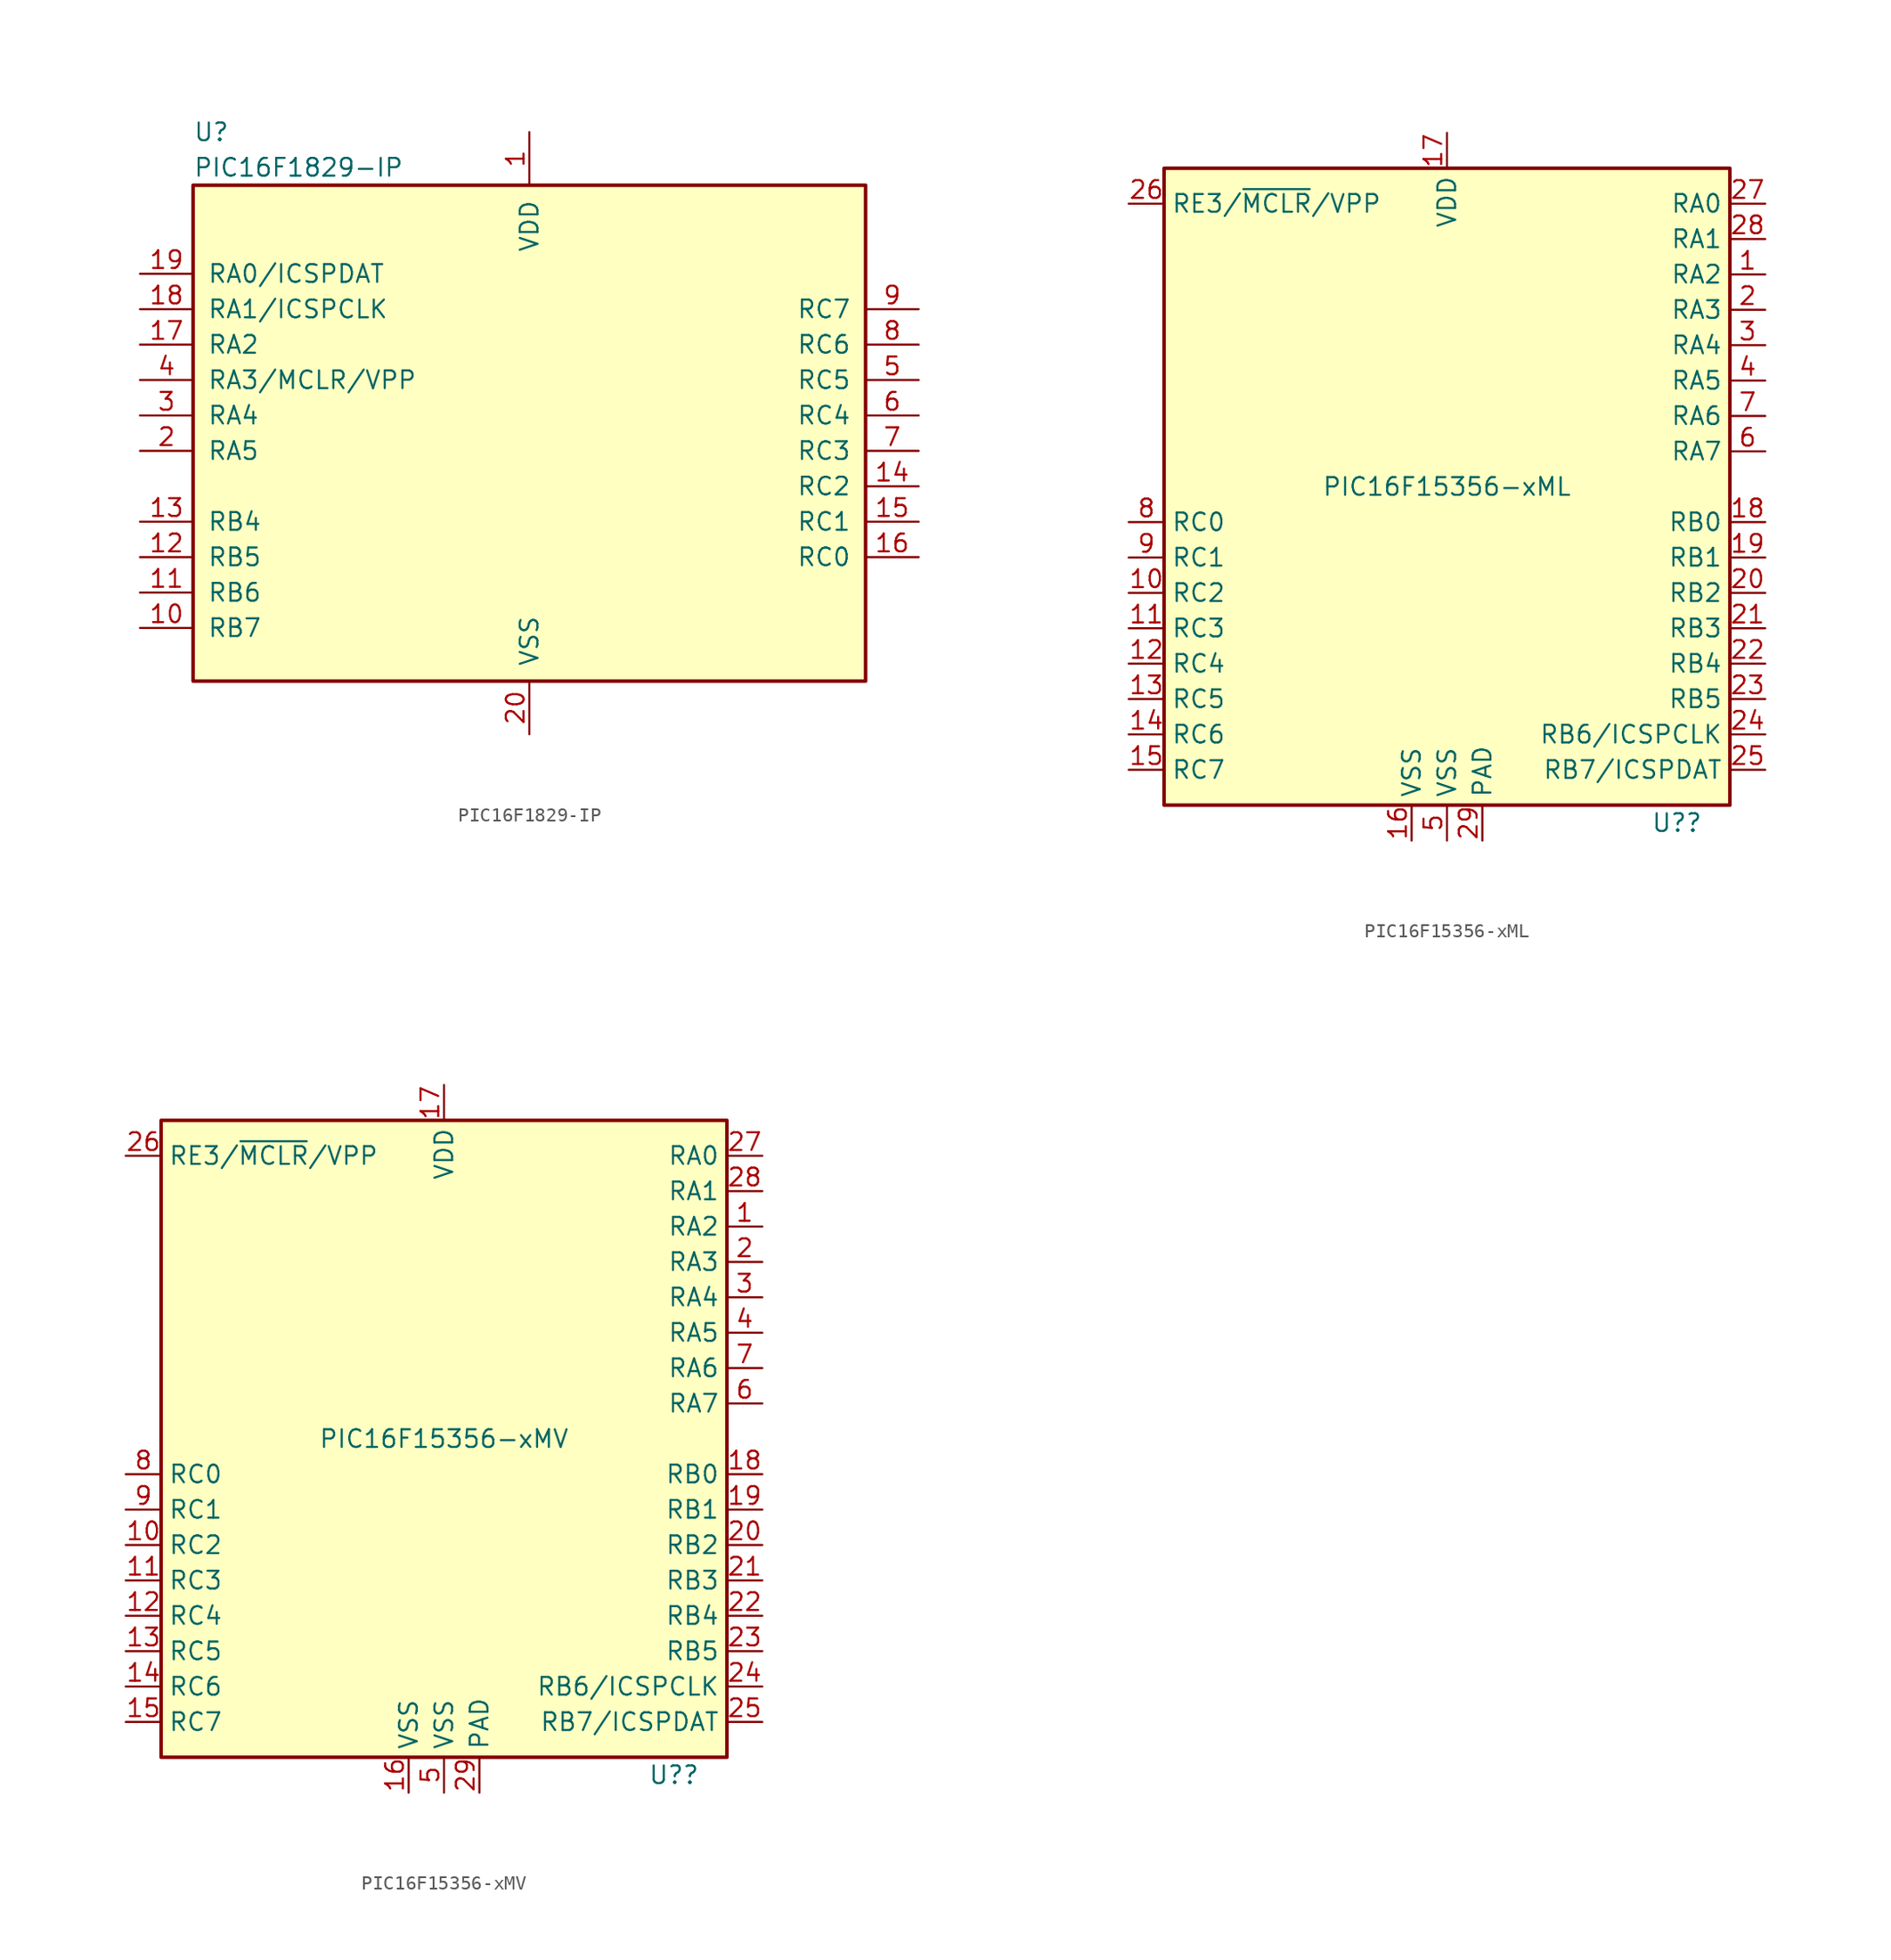
<source format=kicad_sym>
(kicad_symbol_lib
  (version 20200908)
  (generator kicad_symbol_editor)
  (symbol "MCU_Microchip_PIC16:PIC16F1829-IP"
    (pin_names
      (offset 1.016))
    (property "Reference" "U"
      (at -24.13 22.86 0)
      (effects (font (size 1.27 1.27)) (justify left)))
    (property "Value" "PIC16F1829-IP"
      (at -24.13 20.32 0)
      (effects (font (size 1.27 1.27)) (justify left)))
    (symbol "PIC16F1829-IP_0_1"
      (rectangle (start -24.13 19.05) (end 24.13 -16.51) (stroke (width 0.254)) (fill (type background))))
    (symbol "PIC16F1829-IP_1_1"
      (pin power_in line (at 0 22.86 270) (length 3.81) (name "VDD" (effects (font (size 1.27 1.27)))) (number "1" (effects (font (size 1.27 1.27)))))
      (pin bidirectional line (at -27.94 -12.7 0) (length 3.81) (name "RB7" (effects (font (size 1.27 1.27)))) (number "10" (effects (font (size 1.27 1.27)))))
      (pin bidirectional line (at -27.94 -10.16 0) (length 3.81) (name "RB6" (effects (font (size 1.27 1.27)))) (number "11" (effects (font (size 1.27 1.27)))))
      (pin bidirectional line (at -27.94 -7.62 0) (length 3.81) (name "RB5" (effects (font (size 1.27 1.27)))) (number "12" (effects (font (size 1.27 1.27)))))
      (pin bidirectional line (at -27.94 -5.08 0) (length 3.81) (name "RB4" (effects (font (size 1.27 1.27)))) (number "13" (effects (font (size 1.27 1.27)))))
      (pin bidirectional line (at 27.94 -2.54 180) (length 3.81) (name "RC2" (effects (font (size 1.27 1.27)))) (number "14" (effects (font (size 1.27 1.27)))))
      (pin bidirectional line (at 27.94 -5.08 180) (length 3.81) (name "RC1" (effects (font (size 1.27 1.27)))) (number "15" (effects (font (size 1.27 1.27)))))
      (pin bidirectional line (at 27.94 -7.62 180) (length 3.81) (name "RC0" (effects (font (size 1.27 1.27)))) (number "16" (effects (font (size 1.27 1.27)))))
      (pin bidirectional line (at -27.94 7.62 0) (length 3.81) (name "RA2" (effects (font (size 1.27 1.27)))) (number "17" (effects (font (size 1.27 1.27)))))
      (pin bidirectional line (at -27.94 10.16 0) (length 3.81) (name "RA1/ICSPCLK" (effects (font (size 1.27 1.27)))) (number "18" (effects (font (size 1.27 1.27)))))
      (pin bidirectional line (at -27.94 12.7 0) (length 3.81) (name "RA0/ICSPDAT" (effects (font (size 1.27 1.27)))) (number "19" (effects (font (size 1.27 1.27)))))
      (pin bidirectional line (at -27.94 0 0) (length 3.81) (name "RA5" (effects (font (size 1.27 1.27)))) (number "2" (effects (font (size 1.27 1.27)))))
      (pin power_in line (at 0 -20.32 90) (length 3.81) (name "VSS" (effects (font (size 1.27 1.27)))) (number "20" (effects (font (size 1.27 1.27)))))
      (pin bidirectional line (at -27.94 2.54 0) (length 3.81) (name "RA4" (effects (font (size 1.27 1.27)))) (number "3" (effects (font (size 1.27 1.27)))))
      (pin bidirectional line (at -27.94 5.08 0) (length 3.81) (name "RA3/MCLR/VPP" (effects (font (size 1.27 1.27)))) (number "4" (effects (font (size 1.27 1.27)))))
      (pin bidirectional line (at 27.94 5.08 180) (length 3.81) (name "RC5" (effects (font (size 1.27 1.27)))) (number "5" (effects (font (size 1.27 1.27)))))
      (pin bidirectional line (at 27.94 2.54 180) (length 3.81) (name "RC4" (effects (font (size 1.27 1.27)))) (number "6" (effects (font (size 1.27 1.27)))))
      (pin bidirectional line (at 27.94 0 180) (length 3.81) (name "RC3" (effects (font (size 1.27 1.27)))) (number "7" (effects (font (size 1.27 1.27)))))
      (pin bidirectional line (at 27.94 7.62 180) (length 3.81) (name "RC6" (effects (font (size 1.27 1.27)))) (number "8" (effects (font (size 1.27 1.27)))))
      (pin bidirectional line (at 27.94 10.16 180) (length 3.81) (name "RC7" (effects (font (size 1.27 1.27)))) (number "9" (effects (font (size 1.27 1.27)))))))
  (symbol "MCU_Microchip_PIC16:PIC16F15356-xML"
    (property "Reference" "U?"
      (at 16.51 -24.13 0)
      (effects (font (size 1.27 1.27))))
    (property "Value" "PIC16F15356-xML"
      (at 0 0 0)
      (effects (font (size 1.27 1.27))))
    (symbol "PIC16F15356-xML_0_1"
      (rectangle (start -20.32 -22.86) (end 20.32 22.86) (stroke (width 0.254)) (fill (type background))))
    (symbol "PIC16F15356-xML_0_0"
      (pin power_in line (at 2.54 -25.4 90) (length 2.54) (name "PAD" (effects (font (size 1.27 1.27)))) (number "29" (effects (font (size 1.27 1.27))))))
    (symbol "PIC16F15356-xML_1_1"
      (pin bidirectional line (at 22.86 15.24 180) (length 2.54) (name "RA2" (effects (font (size 1.27 1.27)))) (number "1" (effects (font (size 1.27 1.27)))))
      (pin bidirectional line (at -22.86 -7.62 0) (length 2.54) (name "RC2" (effects (font (size 1.27 1.27)))) (number "10" (effects (font (size 1.27 1.27)))))
      (pin bidirectional line (at -22.86 -10.16 0) (length 2.54) (name "RC3" (effects (font (size 1.27 1.27)))) (number "11" (effects (font (size 1.27 1.27)))))
      (pin bidirectional line (at -22.86 -12.7 0) (length 2.54) (name "RC4" (effects (font (size 1.27 1.27)))) (number "12" (effects (font (size 1.27 1.27)))))
      (pin bidirectional line (at -22.86 -15.24 0) (length 2.54) (name "RC5" (effects (font (size 1.27 1.27)))) (number "13" (effects (font (size 1.27 1.27)))))
      (pin bidirectional line (at -22.86 -17.78 0) (length 2.54) (name "RC6" (effects (font (size 1.27 1.27)))) (number "14" (effects (font (size 1.27 1.27)))))
      (pin bidirectional line (at -22.86 -20.32 0) (length 2.54) (name "RC7" (effects (font (size 1.27 1.27)))) (number "15" (effects (font (size 1.27 1.27)))))
      (pin power_in line (at -2.54 -25.4 90) (length 2.54) (name "VSS" (effects (font (size 1.27 1.27)))) (number "16" (effects (font (size 1.27 1.27)))))
      (pin power_in line (at 0 25.4 270) (length 2.54) (name "VDD" (effects (font (size 1.27 1.27)))) (number "17" (effects (font (size 1.27 1.27)))))
      (pin bidirectional line (at 22.86 -2.54 180) (length 2.54) (name "RB0" (effects (font (size 1.27 1.27)))) (number "18" (effects (font (size 1.27 1.27)))))
      (pin bidirectional line (at 22.86 -5.08 180) (length 2.54) (name "RB1" (effects (font (size 1.27 1.27)))) (number "19" (effects (font (size 1.27 1.27)))))
      (pin bidirectional line (at 22.86 12.7 180) (length 2.54) (name "RA3" (effects (font (size 1.27 1.27)))) (number "2" (effects (font (size 1.27 1.27)))))
      (pin bidirectional line (at 22.86 -7.62 180) (length 2.54) (name "RB2" (effects (font (size 1.27 1.27)))) (number "20" (effects (font (size 1.27 1.27)))))
      (pin bidirectional line (at 22.86 -10.16 180) (length 2.54) (name "RB3" (effects (font (size 1.27 1.27)))) (number "21" (effects (font (size 1.27 1.27)))))
      (pin bidirectional line (at 22.86 -12.7 180) (length 2.54) (name "RB4" (effects (font (size 1.27 1.27)))) (number "22" (effects (font (size 1.27 1.27)))))
      (pin bidirectional line (at 22.86 -15.24 180) (length 2.54) (name "RB5" (effects (font (size 1.27 1.27)))) (number "23" (effects (font (size 1.27 1.27)))))
      (pin bidirectional line (at 22.86 -17.78 180) (length 2.54) (name "RB6/ICSPCLK" (effects (font (size 1.27 1.27)))) (number "24" (effects (font (size 1.27 1.27)))))
      (pin bidirectional line (at 22.86 -20.32 180) (length 2.54) (name "RB7/ICSPDAT" (effects (font (size 1.27 1.27)))) (number "25" (effects (font (size 1.27 1.27)))))
      (pin bidirectional line (at -22.86 20.32 0) (length 2.54) (name "RE3/~MCLR~/VPP" (effects (font (size 1.27 1.27)))) (number "26" (effects (font (size 1.27 1.27)))))
      (pin bidirectional line (at 22.86 20.32 180) (length 2.54) (name "RA0" (effects (font (size 1.27 1.27)))) (number "27" (effects (font (size 1.27 1.27)))))
      (pin bidirectional line (at 22.86 17.78 180) (length 2.54) (name "RA1" (effects (font (size 1.27 1.27)))) (number "28" (effects (font (size 1.27 1.27)))))
      (pin bidirectional line (at 22.86 10.16 180) (length 2.54) (name "RA4" (effects (font (size 1.27 1.27)))) (number "3" (effects (font (size 1.27 1.27)))))
      (pin bidirectional line (at 22.86 7.62 180) (length 2.54) (name "RA5" (effects (font (size 1.27 1.27)))) (number "4" (effects (font (size 1.27 1.27)))))
      (pin power_in line (at 0 -25.4 90) (length 2.54) (name "VSS" (effects (font (size 1.27 1.27)))) (number "5" (effects (font (size 1.27 1.27)))))
      (pin bidirectional line (at 22.86 2.54 180) (length 2.54) (name "RA7" (effects (font (size 1.27 1.27)))) (number "6" (effects (font (size 1.27 1.27)))))
      (pin bidirectional line (at 22.86 5.08 180) (length 2.54) (name "RA6" (effects (font (size 1.27 1.27)))) (number "7" (effects (font (size 1.27 1.27)))))
      (pin bidirectional line (at -22.86 -2.54 0) (length 2.54) (name "RC0" (effects (font (size 1.27 1.27)))) (number "8" (effects (font (size 1.27 1.27)))))
      (pin bidirectional line (at -22.86 -5.08 0) (length 2.54) (name "RC1" (effects (font (size 1.27 1.27)))) (number "9" (effects (font (size 1.27 1.27)))))))
  (symbol "MCU_Microchip_PIC16:PIC16F15356-xMV"
    (property "Reference" "U?"
      (at 16.51 -24.13 0)
      (effects (font (size 1.27 1.27))))
    (property "Value" "PIC16F15356-xMV"
      (at 0 0 0)
      (effects (font (size 1.27 1.27))))
    (symbol "PIC16F15356-xMV_0_1"
      (rectangle (start -20.32 -22.86) (end 20.32 22.86) (stroke (width 0.254)) (fill (type background))))
    (symbol "PIC16F15356-xMV_0_0"
      (pin power_in line (at 2.54 -25.4 90) (length 2.54) (name "PAD" (effects (font (size 1.27 1.27)))) (number "29" (effects (font (size 1.27 1.27))))))
    (symbol "PIC16F15356-xMV_1_1"
      (pin bidirectional line (at 22.86 15.24 180) (length 2.54) (name "RA2" (effects (font (size 1.27 1.27)))) (number "1" (effects (font (size 1.27 1.27)))))
      (pin bidirectional line (at -22.86 -7.62 0) (length 2.54) (name "RC2" (effects (font (size 1.27 1.27)))) (number "10" (effects (font (size 1.27 1.27)))))
      (pin bidirectional line (at -22.86 -10.16 0) (length 2.54) (name "RC3" (effects (font (size 1.27 1.27)))) (number "11" (effects (font (size 1.27 1.27)))))
      (pin bidirectional line (at -22.86 -12.7 0) (length 2.54) (name "RC4" (effects (font (size 1.27 1.27)))) (number "12" (effects (font (size 1.27 1.27)))))
      (pin bidirectional line (at -22.86 -15.24 0) (length 2.54) (name "RC5" (effects (font (size 1.27 1.27)))) (number "13" (effects (font (size 1.27 1.27)))))
      (pin bidirectional line (at -22.86 -17.78 0) (length 2.54) (name "RC6" (effects (font (size 1.27 1.27)))) (number "14" (effects (font (size 1.27 1.27)))))
      (pin bidirectional line (at -22.86 -20.32 0) (length 2.54) (name "RC7" (effects (font (size 1.27 1.27)))) (number "15" (effects (font (size 1.27 1.27)))))
      (pin power_in line (at -2.54 -25.4 90) (length 2.54) (name "VSS" (effects (font (size 1.27 1.27)))) (number "16" (effects (font (size 1.27 1.27)))))
      (pin power_in line (at 0 25.4 270) (length 2.54) (name "VDD" (effects (font (size 1.27 1.27)))) (number "17" (effects (font (size 1.27 1.27)))))
      (pin bidirectional line (at 22.86 -2.54 180) (length 2.54) (name "RB0" (effects (font (size 1.27 1.27)))) (number "18" (effects (font (size 1.27 1.27)))))
      (pin bidirectional line (at 22.86 -5.08 180) (length 2.54) (name "RB1" (effects (font (size 1.27 1.27)))) (number "19" (effects (font (size 1.27 1.27)))))
      (pin bidirectional line (at 22.86 12.7 180) (length 2.54) (name "RA3" (effects (font (size 1.27 1.27)))) (number "2" (effects (font (size 1.27 1.27)))))
      (pin bidirectional line (at 22.86 -7.62 180) (length 2.54) (name "RB2" (effects (font (size 1.27 1.27)))) (number "20" (effects (font (size 1.27 1.27)))))
      (pin bidirectional line (at 22.86 -10.16 180) (length 2.54) (name "RB3" (effects (font (size 1.27 1.27)))) (number "21" (effects (font (size 1.27 1.27)))))
      (pin bidirectional line (at 22.86 -12.7 180) (length 2.54) (name "RB4" (effects (font (size 1.27 1.27)))) (number "22" (effects (font (size 1.27 1.27)))))
      (pin bidirectional line (at 22.86 -15.24 180) (length 2.54) (name "RB5" (effects (font (size 1.27 1.27)))) (number "23" (effects (font (size 1.27 1.27)))))
      (pin bidirectional line (at 22.86 -17.78 180) (length 2.54) (name "RB6/ICSPCLK" (effects (font (size 1.27 1.27)))) (number "24" (effects (font (size 1.27 1.27)))))
      (pin bidirectional line (at 22.86 -20.32 180) (length 2.54) (name "RB7/ICSPDAT" (effects (font (size 1.27 1.27)))) (number "25" (effects (font (size 1.27 1.27)))))
      (pin bidirectional line (at -22.86 20.32 0) (length 2.54) (name "RE3/~MCLR~/VPP" (effects (font (size 1.27 1.27)))) (number "26" (effects (font (size 1.27 1.27)))))
      (pin bidirectional line (at 22.86 20.32 180) (length 2.54) (name "RA0" (effects (font (size 1.27 1.27)))) (number "27" (effects (font (size 1.27 1.27)))))
      (pin bidirectional line (at 22.86 17.78 180) (length 2.54) (name "RA1" (effects (font (size 1.27 1.27)))) (number "28" (effects (font (size 1.27 1.27)))))
      (pin bidirectional line (at 22.86 10.16 180) (length 2.54) (name "RA4" (effects (font (size 1.27 1.27)))) (number "3" (effects (font (size 1.27 1.27)))))
      (pin bidirectional line (at 22.86 7.62 180) (length 2.54) (name "RA5" (effects (font (size 1.27 1.27)))) (number "4" (effects (font (size 1.27 1.27)))))
      (pin power_in line (at 0 -25.4 90) (length 2.54) (name "VSS" (effects (font (size 1.27 1.27)))) (number "5" (effects (font (size 1.27 1.27)))))
      (pin bidirectional line (at 22.86 2.54 180) (length 2.54) (name "RA7" (effects (font (size 1.27 1.27)))) (number "6" (effects (font (size 1.27 1.27)))))
      (pin bidirectional line (at 22.86 5.08 180) (length 2.54) (name "RA6" (effects (font (size 1.27 1.27)))) (number "7" (effects (font (size 1.27 1.27)))))
      (pin bidirectional line (at -22.86 -2.54 0) (length 2.54) (name "RC0" (effects (font (size 1.27 1.27)))) (number "8" (effects (font (size 1.27 1.27)))))
      (pin bidirectional line (at -22.86 -5.08 0) (length 2.54) (name "RC1" (effects (font (size 1.27 1.27)))) (number "9" (effects (font (size 1.27 1.27))))))))
</source>
